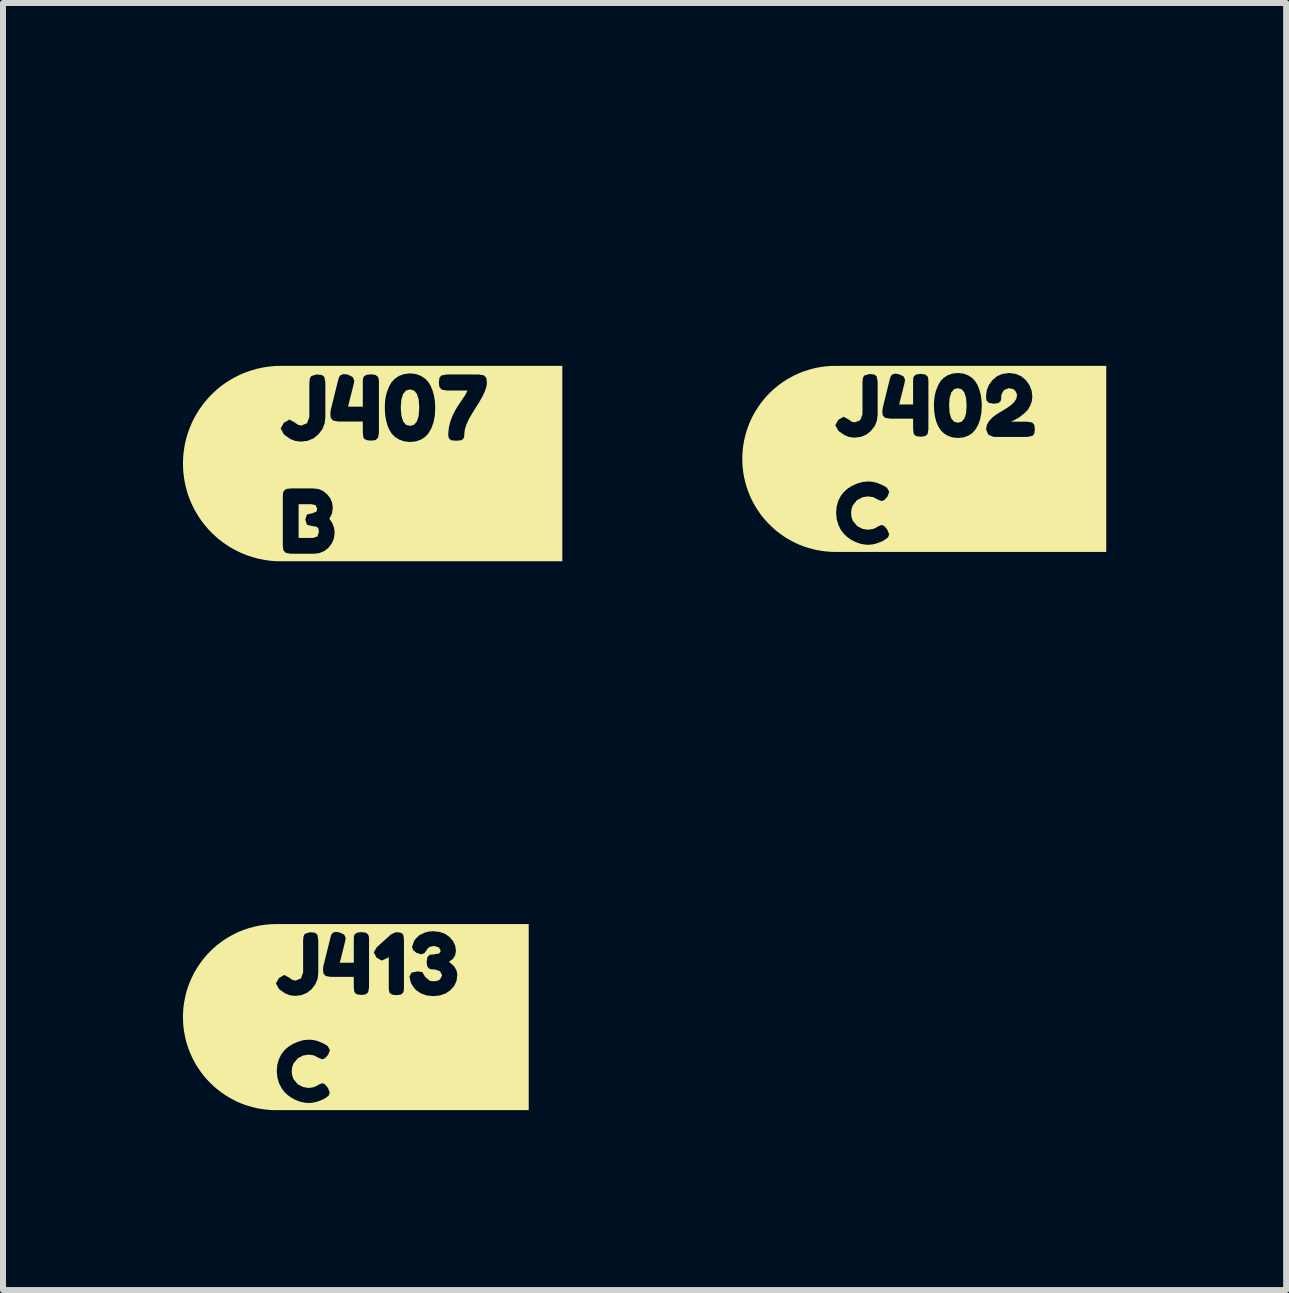
<source format=kicad_pcb>
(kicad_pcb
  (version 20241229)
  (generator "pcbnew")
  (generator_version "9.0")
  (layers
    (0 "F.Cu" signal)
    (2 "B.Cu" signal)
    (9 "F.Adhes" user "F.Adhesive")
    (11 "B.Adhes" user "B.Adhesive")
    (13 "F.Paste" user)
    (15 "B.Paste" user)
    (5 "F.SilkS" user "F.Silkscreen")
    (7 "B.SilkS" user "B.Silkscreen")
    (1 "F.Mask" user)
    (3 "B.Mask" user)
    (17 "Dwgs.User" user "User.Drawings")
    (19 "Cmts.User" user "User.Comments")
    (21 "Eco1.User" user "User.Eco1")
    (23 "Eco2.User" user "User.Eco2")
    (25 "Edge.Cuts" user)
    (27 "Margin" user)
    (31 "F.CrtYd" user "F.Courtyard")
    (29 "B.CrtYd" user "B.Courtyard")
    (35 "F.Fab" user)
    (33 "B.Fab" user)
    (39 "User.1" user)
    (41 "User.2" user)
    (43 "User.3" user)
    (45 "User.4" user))
  (footprint "kibuzzard-65BFD8D6"
    (layer "F.Cu")
    (at 2.882 13.906)
    (property "Reference" "kibuzzard-65BFD8D6" (at 0 -4.599 0) (layer "F.SilkS") (effects (font (size 0.001 0.001) (thickness 0.15))))
    (attr board_only exclude_from_pos_files exclude_from_bom)
    (fp_poly (pts (xy -1.332 -1.551) (xy -1.332 -1.551) (xy -1.408 -1.549) (xy -1.484 -1.543) (xy -1.559 -1.534) (xy -1.634 -1.521) (xy -1.708 -1.504) (xy -1.782 -1.484) (xy -1.854 -1.46) (xy -1.925 -1.433) (xy -1.995 -1.402) (xy -2.063 -1.367) (xy -2.129 -1.33) (xy -2.193 -1.289) (xy -2.255 -1.245) (xy -2.315 -1.199) (xy -2.373 -1.149) (xy -2.428 -1.096) (xy -2.481 -1.041) (xy -2.53 -0.984) (xy -2.577 -0.924) (xy -2.621 -0.861) (xy -2.662 -0.797) (xy -2.699 -0.731) (xy -2.733 -0.663) (xy -2.764 -0.593) (xy -2.792 -0.522) (xy -2.816 -0.45) (xy -2.836 -0.377) (xy -2.852 -0.302) (xy -2.865 -0.228) (xy -2.875 -0.152) (xy -2.88 -0.076) (xy -2.882 0) (xy -2.88 0.076) (xy -2.875 0.152) (xy -2.865 0.228) (xy -2.852 0.302) (xy -2.836 0.377) (xy -2.816 0.45) (xy -2.792 0.522) (xy -2.764 0.593) (xy -2.733 0.663) (xy -2.699 0.731) (xy -2.662 0.797) (xy -2.621 0.861) (xy -2.577 0.924) (xy -2.53 0.984) (xy -2.481 1.041) (xy -2.428 1.096) (xy -2.373 1.149) (xy -2.315 1.199) (xy -2.255 1.245) (xy -2.193 1.289) (xy -2.129 1.33) (xy -2.063 1.367) (xy -1.995 1.402) (xy -1.925 1.433) (xy -1.854 1.46) (xy -1.782 1.484) (xy -1.708 1.504) (xy -1.634 1.521) (xy -1.559 1.534) (xy -1.484 1.543) (xy -1.408 1.549) (xy -1.332 1.551) (xy -1.332 1.551) (xy -0.779 1.551) (xy -0.779 1.432) (xy -0.847 1.427) (xy -0.915 1.414) (xy -0.984 1.39) (xy -1.055 1.355) (xy -1.124 1.309) (xy -1.186 1.253) (xy -1.238 1.185) (xy -1.281 1.1) (xy -1.309 1.002) (xy -1.318 0.897) (xy -1.309 0.792) (xy -1.281 0.697) (xy -1.24 0.616) (xy -1.188 0.55) (xy -1.127 0.496) (xy -1.057 0.452) (xy -1.012 0.431) (xy -1.012 -0.354) (xy -1.1 -0.365) (xy -1.179 -0.396) (xy -1.27 -0.46) (xy -1.282 -0.471) (xy -1.332 -0.562) (xy -1.282 -0.651) (xy -1.193 -0.703) (xy -1.107 -0.656) (xy -1.058 -0.62) (xy -1.005 -0.609) (xy -0.914 -0.646) (xy -0.879 -0.744) (xy -0.879 -1.279) (xy -0.872 -1.349) (xy -0.85 -1.389) (xy -0.762 -1.416) (xy -0.679 -1.406) (xy -0.642 -1.376) (xy -0.626 -1.287) (xy -0.626 -0.734) (xy -0.638 -0.638) (xy -0.674 -0.55) (xy -0.734 -0.469) (xy -0.813 -0.405) (xy -0.906 -0.367) (xy -1.012 -0.354) (xy -1.012 0.431) (xy -0.965 0.41) (xy -0.873 0.384) (xy -0.78 0.376) (xy -0.713 0.381) (xy -0.646 0.396) (xy -0.542 0.438) (xy -0.508 0.457) (xy -0.469 0.483) (xy -0.432 0.55) (xy -0.462 0.628) (xy -0.514 0.685) (xy -0.561 0.704) (xy -0.632 0.673) (xy -0.701 0.637) (xy -0.79 0.625) (xy -0.881 0.641) (xy -0.97 0.688) (xy -1.041 0.776) (xy -1.062 0.836) (xy -1.069 0.903) (xy -1.062 0.97) (xy -1.041 1.03) (xy -0.969 1.119) (xy -0.881 1.165) (xy -0.79 1.181) (xy -0.708 1.17) (xy -0.652 1.147) (xy -0.627 1.129) (xy -0.559 1.101) (xy -0.514 1.12) (xy -0.465 1.18) (xy -0.434 1.258) (xy -0.453 1.308) (xy -0.497 1.343) (xy -0.546 1.372) (xy -0.641 1.409) (xy -0.711 1.426) (xy -0.779 1.432) (xy -0.779 1.551) (xy 0.096 1.551) (xy 0.096 -0.37) (xy 0.03 -0.377) (xy -0.007 -0.394) (xy -0.026 -0.423) (xy -0.034 -0.497) (xy -0.034 -0.671) (xy -0.421 -0.671) (xy -0.501 -0.685) (xy -0.54 -0.726) (xy -0.547 -0.787) (xy -0.543 -0.844) (xy -0.424 -1.323) (xy -0.409 -1.373) (xy -0.384 -1.406) (xy -0.334 -1.422) (xy -0.269 -1.411) (xy -0.194 -1.375) (xy -0.169 -1.32) (xy -0.179 -1.26) (xy -0.18 -1.256) (xy -0.267 -0.907) (xy -0.034 -0.907) (xy -0.034 -1.297) (xy -0.032 -1.346) (xy -0.019 -1.381) (xy 0.021 -1.409) (xy 0.094 -1.417) (xy 0.166 -1.408) (xy 0.204 -1.378) (xy 0.218 -1.34) (xy 0.22 -1.29) (xy 0.22 -0.496) (xy 0.206 -0.414) (xy 0.165 -0.379) (xy 0.096 -0.37) (xy 0.096 1.551) (xy 0.674 1.551) (xy 0.674 -0.366) (xy 0.603 -0.375) (xy 0.564 -0.403) (xy 0.551 -0.442) (xy 0.549 -0.494) (xy 0.549 -1.004) (xy 0.53 -0.987) (xy 0.43 -0.943) (xy 0.344 -0.993) (xy 0.299 -1.081) (xy 0.35 -1.166) (xy 0.584 -1.377) (xy 0.589 -1.38) (xy 0.669 -1.417) (xy 0.737 -1.41) (xy 0.774 -1.394) (xy 0.794 -1.363) (xy 0.802 -1.287) (xy 0.802 -0.491) (xy 0.799 -0.442) (xy 0.786 -0.404) (xy 0.748 -0.375) (xy 0.674 -0.366) (xy 0.674 1.551) (xy 1.29 1.551) (xy 1.29 -0.35) (xy 1.182 -0.361) (xy 1.087 -0.394) (xy 1.004 -0.45) (xy 0.964 -0.495) (xy 0.929 -0.551) (xy 0.913 -0.589) (xy 0.91 -0.603) (xy 0.894 -0.68) (xy 0.929 -0.742) (xy 1.034 -0.763) (xy 1.11 -0.749) (xy 1.153 -0.674) (xy 1.232 -0.606) (xy 1.292 -0.597) (xy 1.357 -0.605) (xy 1.403 -0.628) (xy 1.439 -0.697) (xy 1.404 -0.765) (xy 1.321 -0.794) (xy 1.256 -0.797) (xy 1.219 -0.811) (xy 1.19 -0.848) (xy 1.18 -0.921) (xy 1.193 -1.001) (xy 1.233 -1.04) (xy 1.307 -1.047) (xy 1.389 -1.061) (xy 1.416 -1.103) (xy 1.387 -1.16) (xy 1.308 -1.187) (xy 1.227 -1.17) (xy 1.19 -1.136) (xy 1.182 -1.119) (xy 1.142 -1.065) (xy 1.087 -1.047) (xy 1.009 -1.073) (xy 0.955 -1.118) (xy 0.937 -1.169) (xy 0.97 -1.266) (xy 1.002 -1.311) (xy 1.061 -1.367) (xy 1.155 -1.411) (xy 1.219 -1.427) (xy 1.29 -1.432) (xy 1.399 -1.42) (xy 1.491 -1.387) (xy 1.567 -1.331) (xy 1.624 -1.262) (xy 1.658 -1.187) (xy 1.669 -1.106) (xy 1.656 -1.031) (xy 1.619 -0.971) (xy 1.557 -0.926) (xy 1.557 -0.916) (xy 1.599 -0.885) (xy 1.644 -0.839) (xy 1.68 -0.774) (xy 1.692 -0.701) (xy 1.679 -0.605) (xy 1.641 -0.521) (xy 1.577 -0.449) (xy 1.495 -0.394) (xy 1.399 -0.361) (xy 1.29 -0.35) (xy 1.29 1.551) (xy 1.692 1.551) (xy 2.882 1.551) (xy 2.882 -1.551) (xy 1.692 -1.551) (xy -1.332 -1.551)) (stroke (width 0) (type solid)) (fill yes) (layer "F.SilkS")))
  (footprint "kibuzzard-65BFD8C0"
    (layer "F.Cu")
    (at 12.358 4.6)
    (property "Reference" "kibuzzard-65BFD8C0" (at 0 -4.599 0) (layer "F.SilkS") (effects (font (size 0.001 0.001) (thickness 0.15))))
    (attr board_only exclude_from_pos_files exclude_from_bom)
    (fp_poly (pts (xy 0.559 -0.603) (xy 0.623 -0.62) (xy 0.669 -0.673) (xy 0.697 -0.76) (xy 0.706 -0.883) (xy 0.706 -0.891) (xy 0.697 -1.017) (xy 0.669 -1.107) (xy 0.624 -1.161) (xy 0.56 -1.179) (xy 0.496 -1.161) (xy 0.451 -1.107) (xy 0.423 -1.017) (xy 0.414 -0.891) (xy 0.423 -0.765) (xy 0.45 -0.675) (xy 0.496 -0.621) (xy 0.559 -0.603)) (stroke (width 0) (type solid)) (fill yes) (layer "F.SilkS"))
    (fp_poly (pts (xy -1.483 -1.551) (xy -1.483 -1.551) (xy -1.559 -1.549) (xy -1.635 -1.543) (xy -1.711 -1.534) (xy -1.786 -1.521) (xy -1.86 -1.504) (xy -1.933 -1.484) (xy -2.006 -1.46) (xy -2.077 -1.433) (xy -2.146 -1.402) (xy -2.214 -1.367) (xy -2.28 -1.33) (xy -2.345 -1.289) (xy -2.407 -1.245) (xy -2.467 -1.199) (xy -2.524 -1.149) (xy -2.58 -1.096) (xy -2.632 -1.041) (xy -2.682 -0.984) (xy -2.729 -0.924) (xy -2.772 -0.861) (xy -2.813 -0.797) (xy -2.851 -0.731) (xy -2.885 -0.663) (xy -2.916 -0.593) (xy -2.943 -0.522) (xy -2.967 -0.45) (xy -2.987 -0.377) (xy -3.004 -0.302) (xy -3.017 -0.228) (xy -3.026 -0.152) (xy -3.032 -0.076) (xy -3.034 0) (xy -3.032 0.076) (xy -3.026 0.152) (xy -3.017 0.228) (xy -3.004 0.302) (xy -2.987 0.377) (xy -2.967 0.45) (xy -2.943 0.522) (xy -2.916 0.593) (xy -2.885 0.663) (xy -2.851 0.731) (xy -2.813 0.797) (xy -2.772 0.861) (xy -2.729 0.924) (xy -2.682 0.984) (xy -2.632 1.041) (xy -2.58 1.096) (xy -2.524 1.149) (xy -2.467 1.199) (xy -2.407 1.245) (xy -2.345 1.289) (xy -2.28 1.33) (xy -2.214 1.367) (xy -2.146 1.402) (xy -2.077 1.433) (xy -2.006 1.46) (xy -1.933 1.484) (xy -1.86 1.504) (xy -1.786 1.521) (xy -1.711 1.534) (xy -1.635 1.543) (xy -1.559 1.549) (xy -1.483 1.551) (xy -1.483 1.551) (xy -0.931 1.551) (xy -0.931 1.432) (xy -0.998 1.427) (xy -1.066 1.414) (xy -1.135 1.39) (xy -1.207 1.355) (xy -1.276 1.309) (xy -1.337 1.253) (xy -1.39 1.185) (xy -1.432 1.1) (xy -1.46 1.002) (xy -1.469 0.897) (xy -1.46 0.792) (xy -1.433 0.697) (xy -1.391 0.616) (xy -1.339 0.55) (xy -1.278 0.496) (xy -1.209 0.452) (xy -1.163 0.431) (xy -1.163 -0.354) (xy -1.252 -0.365) (xy -1.33 -0.396) (xy -1.422 -0.46) (xy -1.433 -0.471) (xy -1.483 -0.562) (xy -1.433 -0.651) (xy -1.344 -0.703) (xy -1.259 -0.656) (xy -1.21 -0.62) (xy -1.157 -0.609) (xy -1.066 -0.646) (xy -1.03 -0.744) (xy -1.03 -1.279) (xy -1.023 -1.349) (xy -1.002 -1.389) (xy -0.913 -1.416) (xy -0.831 -1.406) (xy -0.793 -1.376) (xy -0.777 -1.287) (xy -0.777 -0.734) (xy -0.789 -0.638) (xy -0.825 -0.55) (xy -0.886 -0.469) (xy -0.965 -0.405) (xy -1.057 -0.367) (xy -1.163 -0.354) (xy -1.163 0.431) (xy -1.117 0.41) (xy -1.024 0.384) (xy -0.932 0.376) (xy -0.865 0.381) (xy -0.797 0.396) (xy -0.694 0.438) (xy -0.66 0.457) (xy -0.62 0.483) (xy -0.584 0.55) (xy -0.613 0.628) (xy -0.666 0.685) (xy -0.712 0.704) (xy -0.784 0.673) (xy -0.853 0.637) (xy -0.941 0.625) (xy -1.032 0.641) (xy -1.122 0.688) (xy -1.192 0.776) (xy -1.213 0.836) (xy -1.22 0.903) (xy -1.213 0.97) (xy -1.192 1.03) (xy -1.12 1.119) (xy -1.033 1.165) (xy -0.941 1.181) (xy -0.859 1.17) (xy -0.803 1.147) (xy -0.778 1.129) (xy -0.711 1.101) (xy -0.665 1.12) (xy -0.616 1.18) (xy -0.585 1.258) (xy -0.604 1.308) (xy -0.649 1.343) (xy -0.697 1.372) (xy -0.792 1.409) (xy -0.863 1.426) (xy -0.931 1.432) (xy -0.931 1.551) (xy -0.056 1.551) (xy -0.056 -0.37) (xy -0.121 -0.377) (xy -0.159 -0.394) (xy -0.177 -0.423) (xy -0.186 -0.497) (xy -0.186 -0.671) (xy -0.573 -0.671) (xy -0.653 -0.685) (xy -0.692 -0.726) (xy -0.699 -0.787) (xy -0.694 -0.844) (xy -0.576 -1.323) (xy -0.561 -1.373) (xy -0.535 -1.406) (xy -0.486 -1.422) (xy -0.42 -1.411) (xy -0.345 -1.375) (xy -0.32 -1.32) (xy -0.33 -1.26) (xy -0.331 -1.256) (xy -0.419 -0.907) (xy -0.186 -0.907) (xy -0.186 -1.297) (xy -0.184 -1.346) (xy -0.17 -1.381) (xy -0.131 -1.409) (xy -0.058 -1.417) (xy 0.014 -1.408) (xy 0.053 -1.378) (xy 0.066 -1.34) (xy 0.069 -1.29) (xy 0.069 -0.496) (xy 0.055 -0.414) (xy 0.014 -0.379) (xy -0.056 -0.37) (xy -0.056 1.551) (xy 0.562 1.551) (xy 0.562 -0.349) (xy 0.47 -0.358) (xy 0.389 -0.386) (xy 0.323 -0.429) (xy 0.272 -0.48) (xy 0.234 -0.541) (xy 0.203 -0.613) (xy 0.18 -0.698) (xy 0.166 -0.791) (xy 0.161 -0.891) (xy 0.165 -0.982) (xy 0.176 -1.064) (xy 0.195 -1.136) (xy 0.231 -1.226) (xy 0.27 -1.295) (xy 0.32 -1.348) (xy 0.386 -1.392) (xy 0.467 -1.422) (xy 0.56 -1.432) (xy 0.652 -1.422) (xy 0.732 -1.393) (xy 0.798 -1.35) (xy 0.848 -1.297) (xy 0.886 -1.235) (xy 0.916 -1.163) (xy 0.94 -1.075) (xy 0.954 -0.984) (xy 0.959 -0.89) (xy 0.952 -0.767) (xy 0.931 -0.658) (xy 0.896 -0.562) (xy 0.847 -0.48) (xy 0.798 -0.428) (xy 0.732 -0.386) (xy 0.653 -0.358) (xy 0.562 -0.349) (xy 0.562 1.551) (xy 1.715 1.551) (xy 1.715 -0.366) (xy 1.156 -0.366) (xy 1.067 -0.404) (xy 1.03 -0.494) (xy 1.044 -0.568) (xy 1.084 -0.636) (xy 1.143 -0.697) (xy 1.213 -0.748) (xy 1.289 -0.794) (xy 1.364 -0.839) (xy 1.435 -0.887) (xy 1.494 -0.941) (xy 1.534 -1) (xy 1.547 -1.063) (xy 1.537 -1.099) (xy 1.515 -1.138) (xy 1.477 -1.166) (xy 1.406 -1.179) (xy 1.327 -1.145) (xy 1.289 -1.079) (xy 1.283 -1.046) (xy 1.283 -1.037) (xy 1.281 -0.99) (xy 1.267 -0.954) (xy 1.229 -0.929) (xy 1.156 -0.92) (xy 1.076 -0.934) (xy 1.037 -0.974) (xy 1.03 -1.047) (xy 1.042 -1.143) (xy 1.077 -1.232) (xy 1.137 -1.314) (xy 1.215 -1.379) (xy 1.308 -1.418) (xy 1.415 -1.432) (xy 1.523 -1.418) (xy 1.616 -1.378) (xy 1.695 -1.312) (xy 1.754 -1.229) (xy 1.79 -1.138) (xy 1.802 -1.04) (xy 1.793 -0.961) (xy 1.766 -0.886) (xy 1.727 -0.82) (xy 1.68 -0.769) (xy 1.58 -0.69) (xy 1.492 -0.641) (xy 1.456 -0.627) (xy 1.456 -0.62) (xy 1.717 -0.62) (xy 1.801 -0.606) (xy 1.835 -0.565) (xy 1.843 -0.492) (xy 1.834 -0.42) (xy 1.803 -0.383) (xy 1.715 -0.366) (xy 1.715 1.551) (xy 1.843 1.551) (xy 3.034 1.551) (xy 3.034 -1.551) (xy 1.843 -1.551) (xy -1.483 -1.551)) (stroke (width 0) (type solid)) (fill yes) (layer "F.SilkS")))
  (footprint "kibuzzard-65BFD8A4"
    (layer "F.Cu")
    (at 3.162 4.678)
    (property "Reference" "kibuzzard-65BFD8A4" (at 0 -4.677 0) (layer "F.SilkS") (effects (font (size 0.001 0.001) (thickness 0.15))))
    (attr board_only exclude_from_pos_files exclude_from_bom)
    (fp_poly (pts (xy -0.896 1.139) (xy -0.904 1.082) (xy -0.932 1.053) (xy -1.015 1.041) (xy -1.095 1.02) (xy -1.122 0.935) (xy -1.095 0.849) (xy -1.003 0.828) (xy -0.932 0.797) (xy -0.927 0.744) (xy -0.952 0.692) (xy -1.025 0.677) (xy -1.234 0.677) (xy -1.234 1.24) (xy -0.99 1.24) (xy -0.92 1.215) (xy -0.896 1.139)) (stroke (width 0) (type solid)) (fill yes) (layer "F.SilkS"))
    (fp_poly (pts (xy 0.622 -0.628) (xy 0.69 -0.647) (xy 0.738 -0.702) (xy 0.767 -0.794) (xy 0.777 -0.924) (xy 0.777 -0.933) (xy 0.768 -1.065) (xy 0.739 -1.16) (xy 0.691 -1.217) (xy 0.623 -1.236) (xy 0.556 -1.217) (xy 0.508 -1.16) (xy 0.479 -1.065) (xy 0.469 -0.932) (xy 0.479 -0.799) (xy 0.508 -0.704) (xy 0.555 -0.647) (xy 0.622 -0.628)) (stroke (width 0) (type solid)) (fill yes) (layer "F.SilkS"))
    (fp_poly (pts (xy -1.533 -1.629) (xy -1.533 -1.629) (xy -1.613 -1.627) (xy -1.693 -1.621) (xy -1.772 -1.611) (xy -1.851 -1.597) (xy -1.929 -1.58) (xy -2.006 -1.558) (xy -2.082 -1.533) (xy -2.157 -1.505) (xy -2.23 -1.472) (xy -2.301 -1.436) (xy -2.371 -1.397) (xy -2.438 -1.354) (xy -2.504 -1.308) (xy -2.567 -1.259) (xy -2.627 -1.207) (xy -2.685 -1.152) (xy -2.74 -1.094) (xy -2.792 -1.033) (xy -2.841 -0.97) (xy -2.888 -0.905) (xy -2.93 -0.837) (xy -2.97 -0.768) (xy -3.006 -0.696) (xy -3.038 -0.623) (xy -3.067 -0.549) (xy -3.092 -0.473) (xy -3.113 -0.396) (xy -3.131 -0.318) (xy -3.144 -0.239) (xy -3.154 -0.16) (xy -3.16 -0.08) (xy -3.162 0) (xy -3.16 0.08) (xy -3.154 0.16) (xy -3.144 0.239) (xy -3.131 0.318) (xy -3.113 0.396) (xy -3.092 0.473) (xy -3.067 0.549) (xy -3.038 0.623) (xy -3.006 0.696) (xy -2.97 0.768) (xy -2.93 0.837) (xy -2.888 0.905) (xy -2.841 0.97) (xy -2.792 1.033) (xy -2.74 1.094) (xy -2.685 1.152) (xy -2.627 1.207) (xy -2.567 1.259) (xy -2.504 1.308) (xy -2.438 1.354) (xy -2.371 1.397) (xy -2.301 1.436) (xy -2.23 1.472) (xy -2.157 1.505) (xy -2.082 1.533) (xy -2.006 1.558) (xy -1.929 1.58) (xy -1.851 1.597) (xy -1.772 1.611) (xy -1.693 1.621) (xy -1.613 1.627) (xy -1.533 1.629) (xy -1.533 1.629) (xy -0.975 1.629) (xy -0.975 1.503) (xy -1.366 1.503) (xy -1.448 1.489) (xy -1.488 1.446) (xy -1.497 1.369) (xy -1.497 0.544) (xy -1.494 0.492) (xy -1.48 0.454) (xy -1.441 0.424) (xy -1.364 0.414) (xy -1.195 0.414) (xy -1.195 -0.366) (xy -1.289 -0.377) (xy -1.372 -0.409) (xy -1.468 -0.477) (xy -1.481 -0.489) (xy -1.533 -0.585) (xy -1.481 -0.679) (xy -1.387 -0.734) (xy -1.297 -0.684) (xy -1.245 -0.647) (xy -1.189 -0.634) (xy -1.093 -0.673) (xy -1.055 -0.777) (xy -1.055 -1.341) (xy -1.048 -1.416) (xy -1.025 -1.458) (xy -0.932 -1.486) (xy -0.845 -1.476) (xy -0.805 -1.444) (xy -0.788 -1.351) (xy -0.788 -0.767) (xy -0.801 -0.665) (xy -0.839 -0.572) (xy -0.903 -0.487) (xy -0.986 -0.42) (xy -1.084 -0.379) (xy -1.195 -0.366) (xy -1.195 0.414) (xy -0.99 0.414) (xy -0.904 0.424) (xy -0.827 0.456) (xy -0.761 0.509) (xy -0.707 0.578) (xy -0.675 0.655) (xy -0.664 0.741) (xy -0.679 0.835) (xy -0.721 0.92) (xy -0.672 0.993) (xy -0.643 1.07) (xy -0.633 1.154) (xy -0.646 1.247) (xy -0.68 1.33) (xy -0.735 1.403) (xy -0.806 1.458) (xy -0.886 1.492) (xy -0.975 1.503) (xy -0.975 1.629) (xy -0.027 1.629) (xy -0.027 -0.382) (xy -0.096 -0.39) (xy -0.135 -0.408) (xy -0.155 -0.438) (xy -0.164 -0.517) (xy -0.164 -0.701) (xy -0.573 -0.701) (xy -0.657 -0.715) (xy -0.698 -0.758) (xy -0.705 -0.823) (xy -0.701 -0.883) (xy -0.576 -1.388) (xy -0.56 -1.441) (xy -0.533 -1.476) (xy -0.481 -1.492) (xy -0.411 -1.482) (xy -0.332 -1.443) (xy -0.306 -1.385) (xy -0.316 -1.322) (xy -0.318 -1.317) (xy -0.41 -0.949) (xy -0.164 -0.949) (xy -0.164 -1.361) (xy -0.162 -1.412) (xy -0.147 -1.45) (xy -0.106 -1.479) (xy -0.029 -1.488) (xy 0.047 -1.478) (xy 0.088 -1.446) (xy 0.102 -1.406) (xy 0.105 -1.354) (xy 0.105 -0.515) (xy 0.09 -0.428) (xy 0.046 -0.391) (xy -0.027 -0.382) (xy -0.027 1.629) (xy 0.625 1.629) (xy 0.625 -0.36) (xy 0.528 -0.37) (xy 0.443 -0.4) (xy 0.373 -0.444) (xy 0.319 -0.498) (xy 0.279 -0.563) (xy 0.246 -0.639) (xy 0.222 -0.729) (xy 0.207 -0.827) (xy 0.203 -0.933) (xy 0.206 -1.028) (xy 0.218 -1.114) (xy 0.238 -1.191) (xy 0.275 -1.286) (xy 0.317 -1.359) (xy 0.37 -1.415) (xy 0.44 -1.461) (xy 0.525 -1.492) (xy 0.623 -1.503) (xy 0.721 -1.493) (xy 0.805 -1.462) (xy 0.874 -1.417) (xy 0.927 -1.361) (xy 0.967 -1.295) (xy 0.999 -1.219) (xy 1.024 -1.127) (xy 1.039 -1.031) (xy 1.044 -0.931) (xy 1.037 -0.802) (xy 1.015 -0.687) (xy 0.978 -0.585) (xy 0.926 -0.498) (xy 0.874 -0.443) (xy 0.805 -0.399) (xy 0.721 -0.37) (xy 0.625 -0.36) (xy 0.625 1.629) (xy 1.394 1.629) (xy 1.394 -0.381) (xy 1.318 -0.387) (xy 1.278 -0.411) (xy 1.264 -0.445) (xy 1.261 -0.495) (xy 1.27 -0.595) (xy 1.294 -0.697) (xy 1.331 -0.795) (xy 1.374 -0.882) (xy 1.421 -0.96) (xy 1.468 -1.032) (xy 1.511 -1.095) (xy 1.548 -1.149) (xy 1.581 -1.218) (xy 1.237 -1.218) (xy 1.15 -1.233) (xy 1.113 -1.277) (xy 1.104 -1.352) (xy 1.113 -1.427) (xy 1.142 -1.467) (xy 1.23 -1.485) (xy 1.772 -1.485) (xy 1.856 -1.47) (xy 1.896 -1.427) (xy 1.905 -1.343) (xy 1.895 -1.275) (xy 1.866 -1.193) (xy 1.823 -1.104) (xy 1.772 -1.016) (xy 1.717 -0.928) (xy 1.661 -0.839) (xy 1.603 -0.737) (xy 1.561 -0.645) (xy 1.536 -0.563) (xy 1.528 -0.492) (xy 1.525 -0.443) (xy 1.51 -0.41) (xy 1.47 -0.387) (xy 1.394 -0.381) (xy 1.394 1.629) (xy 1.905 1.629) (xy 3.162 1.629) (xy 3.162 -1.629) (xy 1.905 -1.629) (xy -1.533 -1.629)) (stroke (width 0) (type solid)) (fill yes) (layer "F.SilkS")))
  (gr_rect
    (start -3 -3)
    (end 18.391 18.456)
    (stroke (width 0.1) (type default))
    (fill no)
    (layer "Edge.Cuts")))
</source>
